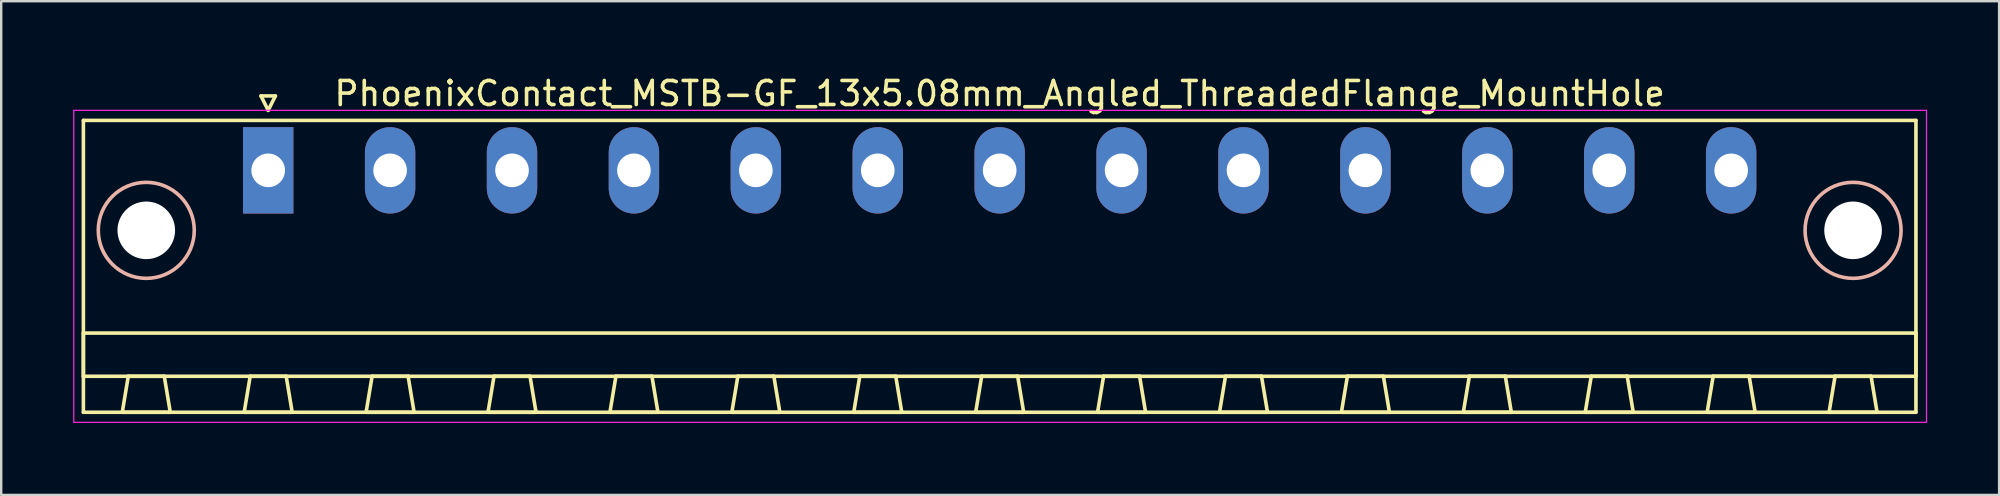
<source format=kicad_pcb>
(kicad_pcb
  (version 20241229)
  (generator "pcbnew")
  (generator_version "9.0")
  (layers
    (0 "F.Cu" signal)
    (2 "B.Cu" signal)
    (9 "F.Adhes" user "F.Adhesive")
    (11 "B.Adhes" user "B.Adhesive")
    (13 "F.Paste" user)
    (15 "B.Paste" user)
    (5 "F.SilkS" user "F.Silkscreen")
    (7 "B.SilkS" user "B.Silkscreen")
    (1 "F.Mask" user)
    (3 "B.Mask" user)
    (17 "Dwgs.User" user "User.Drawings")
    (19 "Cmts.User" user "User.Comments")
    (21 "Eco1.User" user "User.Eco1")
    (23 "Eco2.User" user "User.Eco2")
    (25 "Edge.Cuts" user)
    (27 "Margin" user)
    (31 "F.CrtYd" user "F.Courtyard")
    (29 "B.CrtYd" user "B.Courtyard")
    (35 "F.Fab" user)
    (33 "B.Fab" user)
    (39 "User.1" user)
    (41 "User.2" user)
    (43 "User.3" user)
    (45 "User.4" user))
  (footprint "PhoenixContact_MSTB-GF_13x5.08mm_Angled_ThreadedFlange_MountHole"
    (layer "F.Cu")
    (at 8.125 4.048)
    (property "Reference" "PhoenixContact_MSTB-GF_13x5.08mm_Angled_ThreadedFlange_MountHole" (at 30.48 -3.2 0) (layer "F.SilkS") (effects (font (size 1 1) (thickness 0.15))))
    (attr through_hole)
    (fp_line (start -7.7 -2.08) (end -7.7 10.08) (stroke (width 0.15) (type solid)) (layer "F.SilkS"))
    (fp_line (start -7.7 6.78) (end 68.66 6.78) (stroke (width 0.15) (type solid)) (layer "F.SilkS"))
    (fp_line (start -7.7 8.58) (end -7.7 6.78) (stroke (width 0.15) (type solid)) (layer "F.SilkS"))
    (fp_line (start -7.7 10.08) (end 68.66 10.08) (stroke (width 0.15) (type solid)) (layer "F.SilkS"))
    (fp_line (start -6.08 10.08) (end -4.08 10.08) (stroke (width 0.15) (type solid)) (layer "F.SilkS"))
    (fp_line (start -5.83 8.58) (end -6.08 10.08) (stroke (width 0.15) (type solid)) (layer "F.SilkS"))
    (fp_line (start -4.33 8.58) (end -5.83 8.58) (stroke (width 0.15) (type solid)) (layer "F.SilkS"))
    (fp_line (start -4.08 10.08) (end -4.33 8.58) (stroke (width 0.15) (type solid)) (layer "F.SilkS"))
    (fp_line (start -1 10.08) (end 1 10.08) (stroke (width 0.15) (type solid)) (layer "F.SilkS"))
    (fp_line (start -0.75 8.58) (end -1 10.08) (stroke (width 0.15) (type solid)) (layer "F.SilkS"))
    (fp_line (start -0.3 -3.1) (end 0 -2.5) (stroke (width 0.15) (type solid)) (layer "F.SilkS"))
    (fp_line (start 0 -2.5) (end 0.3 -3.1) (stroke (width 0.15) (type solid)) (layer "F.SilkS"))
    (fp_line (start 0.3 -3.1) (end -0.3 -3.1) (stroke (width 0.15) (type solid)) (layer "F.SilkS"))
    (fp_line (start 0.75 8.58) (end -0.75 8.58) (stroke (width 0.15) (type solid)) (layer "F.SilkS"))
    (fp_line (start 1 10.08) (end 0.75 8.58) (stroke (width 0.15) (type solid)) (layer "F.SilkS"))
    (fp_line (start 4.08 10.08) (end 6.08 10.08) (stroke (width 0.15) (type solid)) (layer "F.SilkS"))
    (fp_line (start 4.33 8.58) (end 4.08 10.08) (stroke (width 0.15) (type solid)) (layer "F.SilkS"))
    (fp_line (start 5.83 8.58) (end 4.33 8.58) (stroke (width 0.15) (type solid)) (layer "F.SilkS"))
    (fp_line (start 6.08 10.08) (end 5.83 8.58) (stroke (width 0.15) (type solid)) (layer "F.SilkS"))
    (fp_line (start 9.16 10.08) (end 11.16 10.08) (stroke (width 0.15) (type solid)) (layer "F.SilkS"))
    (fp_line (start 9.41 8.58) (end 9.16 10.08) (stroke (width 0.15) (type solid)) (layer "F.SilkS"))
    (fp_line (start 10.91 8.58) (end 9.41 8.58) (stroke (width 0.15) (type solid)) (layer "F.SilkS"))
    (fp_line (start 11.16 10.08) (end 10.91 8.58) (stroke (width 0.15) (type solid)) (layer "F.SilkS"))
    (fp_line (start 14.24 10.08) (end 16.24 10.08) (stroke (width 0.15) (type solid)) (layer "F.SilkS"))
    (fp_line (start 14.49 8.58) (end 14.24 10.08) (stroke (width 0.15) (type solid)) (layer "F.SilkS"))
    (fp_line (start 15.99 8.58) (end 14.49 8.58) (stroke (width 0.15) (type solid)) (layer "F.SilkS"))
    (fp_line (start 16.24 10.08) (end 15.99 8.58) (stroke (width 0.15) (type solid)) (layer "F.SilkS"))
    (fp_line (start 19.32 10.08) (end 21.32 10.08) (stroke (width 0.15) (type solid)) (layer "F.SilkS"))
    (fp_line (start 19.57 8.58) (end 19.32 10.08) (stroke (width 0.15) (type solid)) (layer "F.SilkS"))
    (fp_line (start 21.07 8.58) (end 19.57 8.58) (stroke (width 0.15) (type solid)) (layer "F.SilkS"))
    (fp_line (start 21.32 10.08) (end 21.07 8.58) (stroke (width 0.15) (type solid)) (layer "F.SilkS"))
    (fp_line (start 24.4 10.08) (end 26.4 10.08) (stroke (width 0.15) (type solid)) (layer "F.SilkS"))
    (fp_line (start 24.65 8.58) (end 24.4 10.08) (stroke (width 0.15) (type solid)) (layer "F.SilkS"))
    (fp_line (start 26.15 8.58) (end 24.65 8.58) (stroke (width 0.15) (type solid)) (layer "F.SilkS"))
    (fp_line (start 26.4 10.08) (end 26.15 8.58) (stroke (width 0.15) (type solid)) (layer "F.SilkS"))
    (fp_line (start 29.48 10.08) (end 31.48 10.08) (stroke (width 0.15) (type solid)) (layer "F.SilkS"))
    (fp_line (start 29.73 8.58) (end 29.48 10.08) (stroke (width 0.15) (type solid)) (layer "F.SilkS"))
    (fp_line (start 31.23 8.58) (end 29.73 8.58) (stroke (width 0.15) (type solid)) (layer "F.SilkS"))
    (fp_line (start 31.48 10.08) (end 31.23 8.58) (stroke (width 0.15) (type solid)) (layer "F.SilkS"))
    (fp_line (start 34.56 10.08) (end 36.56 10.08) (stroke (width 0.15) (type solid)) (layer "F.SilkS"))
    (fp_line (start 34.81 8.58) (end 34.56 10.08) (stroke (width 0.15) (type solid)) (layer "F.SilkS"))
    (fp_line (start 36.31 8.58) (end 34.81 8.58) (stroke (width 0.15) (type solid)) (layer "F.SilkS"))
    (fp_line (start 36.56 10.08) (end 36.31 8.58) (stroke (width 0.15) (type solid)) (layer "F.SilkS"))
    (fp_line (start 39.64 10.08) (end 41.64 10.08) (stroke (width 0.15) (type solid)) (layer "F.SilkS"))
    (fp_line (start 39.89 8.58) (end 39.64 10.08) (stroke (width 0.15) (type solid)) (layer "F.SilkS"))
    (fp_line (start 41.39 8.58) (end 39.89 8.58) (stroke (width 0.15) (type solid)) (layer "F.SilkS"))
    (fp_line (start 41.64 10.08) (end 41.39 8.58) (stroke (width 0.15) (type solid)) (layer "F.SilkS"))
    (fp_line (start 44.72 10.08) (end 46.72 10.08) (stroke (width 0.15) (type solid)) (layer "F.SilkS"))
    (fp_line (start 44.97 8.58) (end 44.72 10.08) (stroke (width 0.15) (type solid)) (layer "F.SilkS"))
    (fp_line (start 46.47 8.58) (end 44.97 8.58) (stroke (width 0.15) (type solid)) (layer "F.SilkS"))
    (fp_line (start 46.72 10.08) (end 46.47 8.58) (stroke (width 0.15) (type solid)) (layer "F.SilkS"))
    (fp_line (start 49.8 10.08) (end 51.8 10.08) (stroke (width 0.15) (type solid)) (layer "F.SilkS"))
    (fp_line (start 50.05 8.58) (end 49.8 10.08) (stroke (width 0.15) (type solid)) (layer "F.SilkS"))
    (fp_line (start 51.55 8.58) (end 50.05 8.58) (stroke (width 0.15) (type solid)) (layer "F.SilkS"))
    (fp_line (start 51.8 10.08) (end 51.55 8.58) (stroke (width 0.15) (type solid)) (layer "F.SilkS"))
    (fp_line (start 54.88 10.08) (end 56.88 10.08) (stroke (width 0.15) (type solid)) (layer "F.SilkS"))
    (fp_line (start 55.13 8.58) (end 54.88 10.08) (stroke (width 0.15) (type solid)) (layer "F.SilkS"))
    (fp_line (start 56.63 8.58) (end 55.13 8.58) (stroke (width 0.15) (type solid)) (layer "F.SilkS"))
    (fp_line (start 56.88 10.08) (end 56.63 8.58) (stroke (width 0.15) (type solid)) (layer "F.SilkS"))
    (fp_line (start 59.96 10.08) (end 61.96 10.08) (stroke (width 0.15) (type solid)) (layer "F.SilkS"))
    (fp_line (start 60.21 8.58) (end 59.96 10.08) (stroke (width 0.15) (type solid)) (layer "F.SilkS"))
    (fp_line (start 61.71 8.58) (end 60.21 8.58) (stroke (width 0.15) (type solid)) (layer "F.SilkS"))
    (fp_line (start 61.96 10.08) (end 61.71 8.58) (stroke (width 0.15) (type solid)) (layer "F.SilkS"))
    (fp_line (start 65.04 10.08) (end 67.04 10.08) (stroke (width 0.15) (type solid)) (layer "F.SilkS"))
    (fp_line (start 65.29 8.58) (end 65.04 10.08) (stroke (width 0.15) (type solid)) (layer "F.SilkS"))
    (fp_line (start 66.79 8.58) (end 65.29 8.58) (stroke (width 0.15) (type solid)) (layer "F.SilkS"))
    (fp_line (start 67.04 10.08) (end 66.79 8.58) (stroke (width 0.15) (type solid)) (layer "F.SilkS"))
    (fp_line (start 68.66 -2.08) (end -7.7 -2.08) (stroke (width 0.15) (type solid)) (layer "F.SilkS"))
    (fp_line (start 68.66 6.78) (end 68.66 8.58) (stroke (width 0.15) (type solid)) (layer "F.SilkS"))
    (fp_line (start 68.66 8.58) (end -7.7 8.58) (stroke (width 0.15) (type solid)) (layer "F.SilkS"))
    (fp_line (start 68.66 10.08) (end 68.66 -2.08) (stroke (width 0.15) (type solid)) (layer "F.SilkS"))
    (fp_circle (center -5.08 2.5) (end -3.08 2.5) (stroke (width 0.15) (type solid)) (fill no) (layer "B.SilkS"))
    (fp_circle (center 66.04 2.5) (end 68.04 2.5) (stroke (width 0.15) (type solid)) (fill no) (layer "B.SilkS"))
    (fp_line (start -8.1 -2.5) (end -8.1 10.5) (stroke (width 0.05) (type solid)) (layer "F.CrtYd"))
    (fp_line (start -8.1 10.5) (end 69.1 10.5) (stroke (width 0.05) (type solid)) (layer "F.CrtYd"))
    (fp_line (start 69.1 -2.5) (end -8.1 -2.5) (stroke (width 0.05) (type solid)) (layer "F.CrtYd"))
    (fp_line (start 69.1 10.5) (end 69.1 -2.5) (stroke (width 0.05) (type solid)) (layer "F.CrtYd"))
    (pad "" np_thru_hole circle (at -5.08 2.5) (size 2.4 2.4) (drill 2.4) (layers "*.Cu" "*.Mask"))
    (pad "" np_thru_hole circle (at 66.04 2.5) (size 2.4 2.4) (drill 2.4) (layers "*.Cu" "*.Mask"))
    (pad "1" thru_hole rect (at 0 0) (size 2.1 3.6) (drill 1.4) (layers "*.Cu" "*.Mask"))
    (pad "2" thru_hole oval (at 5.08 0) (size 2.1 3.6) (drill 1.4) (layers "*.Cu" "*.Mask"))
    (pad "3" thru_hole oval (at 10.16 0) (size 2.1 3.6) (drill 1.4) (layers "*.Cu" "*.Mask"))
    (pad "4" thru_hole oval (at 15.24 0) (size 2.1 3.6) (drill 1.4) (layers "*.Cu" "*.Mask"))
    (pad "5" thru_hole oval (at 20.32 0) (size 2.1 3.6) (drill 1.4) (layers "*.Cu" "*.Mask"))
    (pad "6" thru_hole oval (at 25.4 0) (size 2.1 3.6) (drill 1.4) (layers "*.Cu" "*.Mask"))
    (pad "7" thru_hole oval (at 30.48 0) (size 2.1 3.6) (drill 1.4) (layers "*.Cu" "*.Mask"))
    (pad "8" thru_hole oval (at 35.56 0) (size 2.1 3.6) (drill 1.4) (layers "*.Cu" "*.Mask"))
    (pad "9" thru_hole oval (at 40.64 0) (size 2.1 3.6) (drill 1.4) (layers "*.Cu" "*.Mask"))
    (pad "10" thru_hole oval (at 45.72 0) (size 2.1 3.6) (drill 1.4) (layers "*.Cu" "*.Mask"))
    (pad "11" thru_hole oval (at 50.8 0) (size 2.1 3.6) (drill 1.4) (layers "*.Cu" "*.Mask"))
    (pad "12" thru_hole oval (at 55.88 0) (size 2.1 3.6) (drill 1.4) (layers "*.Cu" "*.Mask"))
    (pad "13" thru_hole oval (at 60.96 0) (size 2.1 3.6) (drill 1.4) (layers "*.Cu" "*.Mask")))
  (gr_rect
    (start -3 -3)
    (end 80.25 17.573)
    (stroke (width 0.1) (type default))
    (fill no)
    (layer "Edge.Cuts")))
</source>
